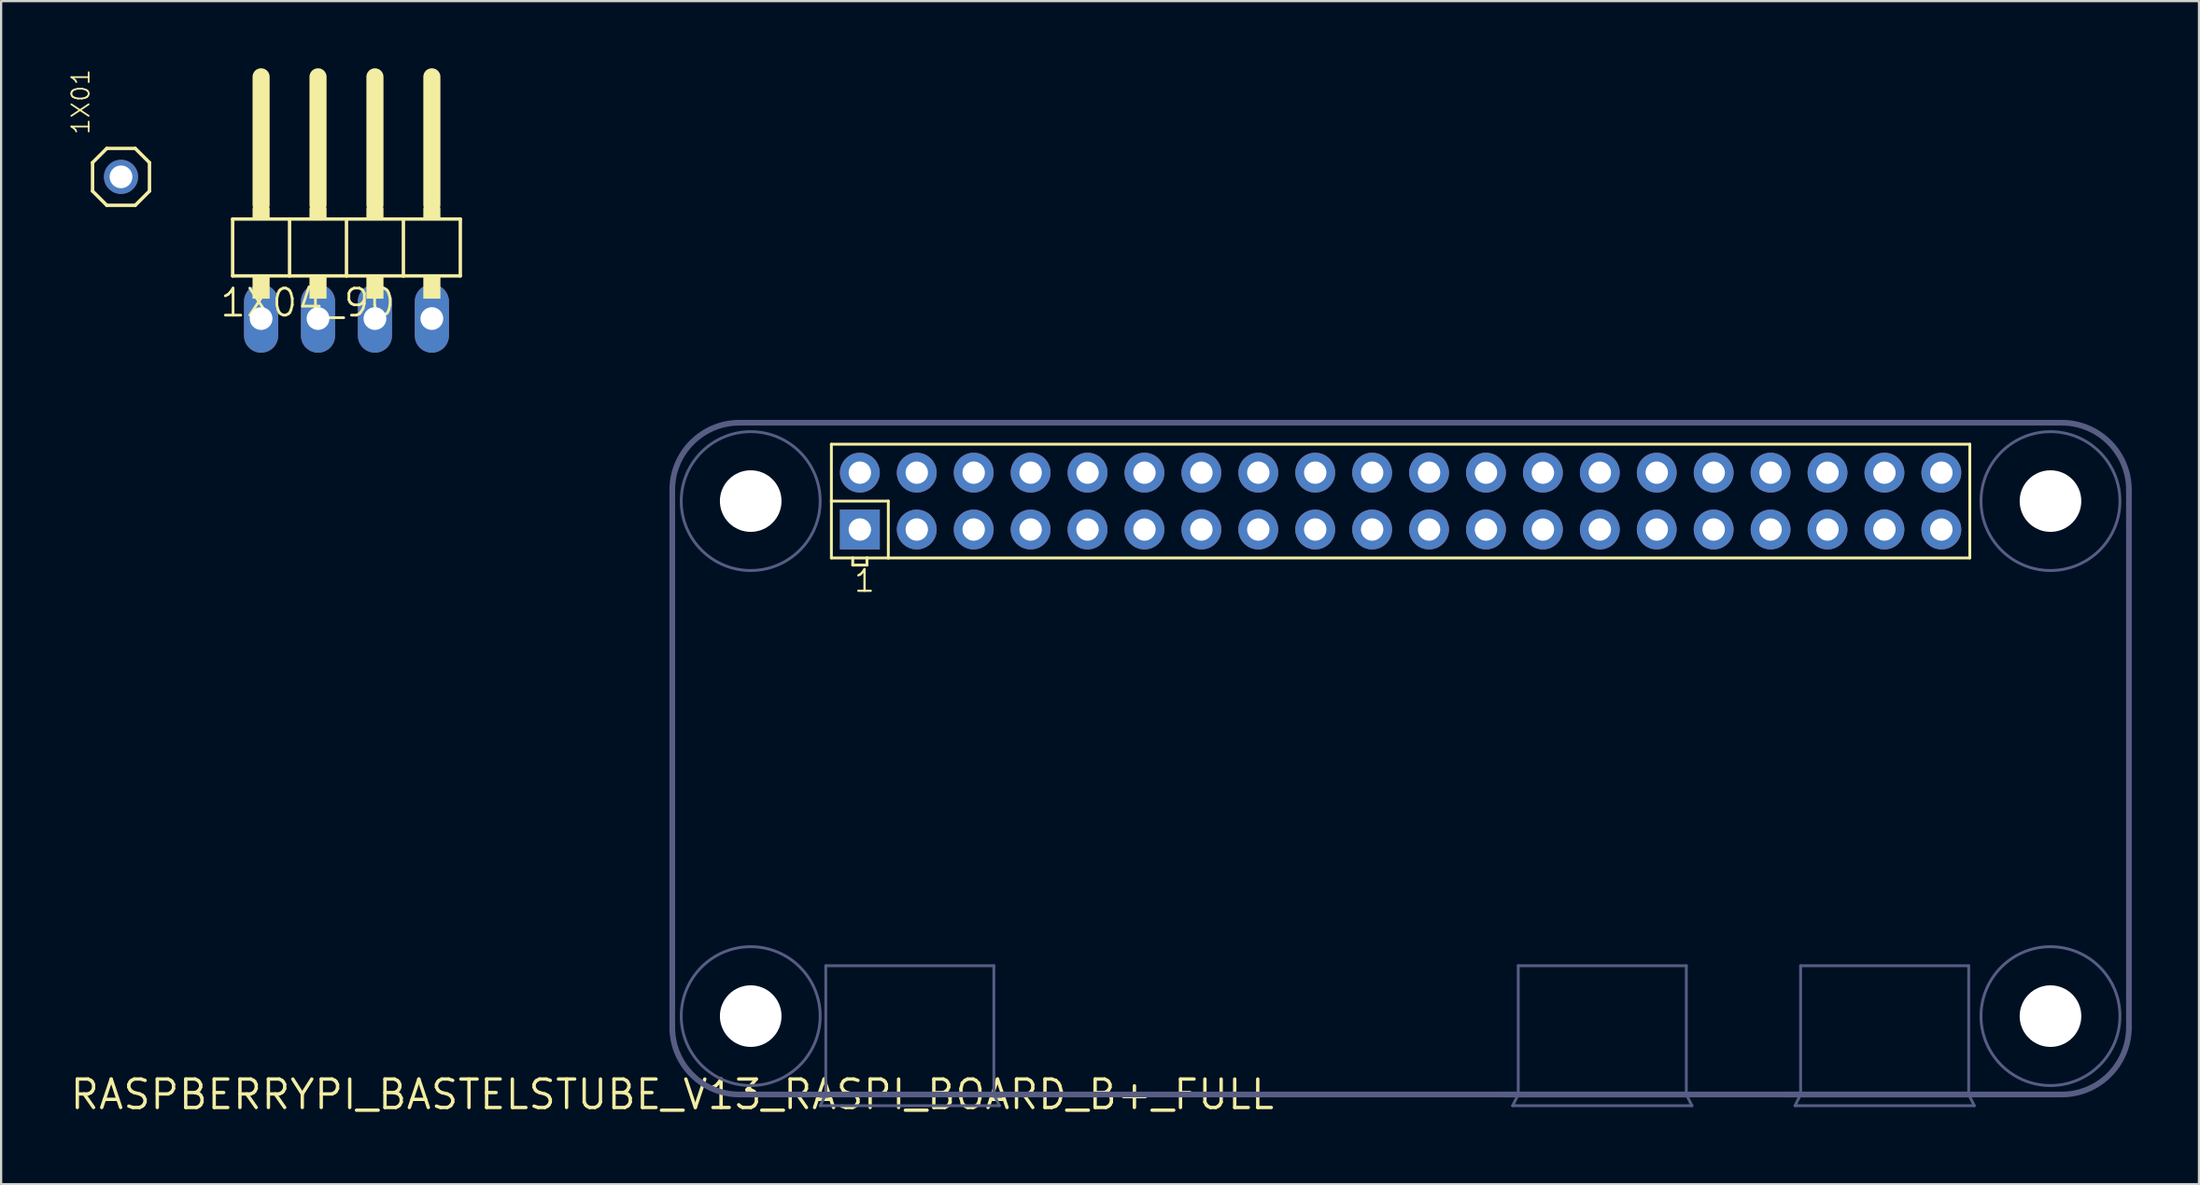
<source format=kicad_pcb>
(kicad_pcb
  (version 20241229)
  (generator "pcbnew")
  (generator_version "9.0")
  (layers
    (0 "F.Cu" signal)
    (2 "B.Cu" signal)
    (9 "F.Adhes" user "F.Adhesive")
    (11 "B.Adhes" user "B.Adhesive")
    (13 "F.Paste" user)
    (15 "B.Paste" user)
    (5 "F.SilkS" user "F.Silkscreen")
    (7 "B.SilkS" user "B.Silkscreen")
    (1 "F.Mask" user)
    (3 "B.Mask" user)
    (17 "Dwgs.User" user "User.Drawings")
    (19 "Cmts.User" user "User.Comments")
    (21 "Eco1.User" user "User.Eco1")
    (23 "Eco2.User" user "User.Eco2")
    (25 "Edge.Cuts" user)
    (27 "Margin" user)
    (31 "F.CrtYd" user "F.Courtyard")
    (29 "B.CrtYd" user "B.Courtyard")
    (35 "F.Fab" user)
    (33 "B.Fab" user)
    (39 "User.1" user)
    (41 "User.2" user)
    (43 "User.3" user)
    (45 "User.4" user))
  (footprint "1X01"
    (layer "F.Cu")
    (at 2.35 4.848)
    (property "Reference" "1X01" (at -1.346 -1.829 90) (layer "F.SilkS") (effects (font (size 0.772 0.772) (thickness 0.077)) (justify left bottom)))
    (attr through_hole)
    (fp_line (start -1.27 -0.635) (end -1.27 0.635) (stroke (width 0.152) (type solid)) (layer "F.SilkS"))
    (fp_line (start -1.27 0.635) (end -0.635 1.27) (stroke (width 0.152) (type solid)) (layer "F.SilkS"))
    (fp_line (start -0.635 -1.27) (end -1.27 -0.635) (stroke (width 0.152) (type solid)) (layer "F.SilkS"))
    (fp_line (start -0.635 -1.27) (end 0.635 -1.27) (stroke (width 0.152) (type solid)) (layer "F.SilkS"))
    (fp_line (start 0.635 -1.27) (end 1.27 -0.635) (stroke (width 0.152) (type solid)) (layer "F.SilkS"))
    (fp_line (start 0.635 1.27) (end -0.635 1.27) (stroke (width 0.152) (type solid)) (layer "F.SilkS"))
    (fp_line (start 1.27 -0.635) (end 1.27 0.635) (stroke (width 0.152) (type solid)) (layer "F.SilkS"))
    (fp_line (start 1.27 0.635) (end 0.635 1.27) (stroke (width 0.152) (type solid)) (layer "F.SilkS"))
    (fp_poly (pts (xy -0.254 0.254) (xy 0.254 0.254) (xy 0.254 -0.254) (xy -0.254 -0.254)) (stroke (width 0.1) (type solid)) (fill no) (layer "F.Fab"))
    (pad "1" thru_hole circle (at 0 0) (size 1.524 1.524) (drill 1.016) (layers "*.Cu" "*.Mask")))
  (footprint "1X04_90"
    (layer "F.Cu")
    (at 12.411 7.366)
    (property "Reference" "1X04_90" (at -5.715 3.81 180) (layer "F.SilkS") (effects (font (size 1.206 1.206) (thickness 0.121)) (justify left bottom)))
    (attr through_hole)
    (fp_line (start -5.08 -0.635) (end -5.08 1.905) (stroke (width 0.152) (type solid)) (layer "F.SilkS"))
    (fp_line (start -5.08 1.905) (end -2.54 1.905) (stroke (width 0.152) (type solid)) (layer "F.SilkS"))
    (fp_line (start -3.81 -6.985) (end -3.81 -1.27) (stroke (width 0.762) (type solid)) (layer "F.SilkS"))
    (fp_line (start -2.54 -0.635) (end -5.08 -0.635) (stroke (width 0.152) (type solid)) (layer "F.SilkS"))
    (fp_line (start -2.54 1.905) (end -2.54 -0.635) (stroke (width 0.152) (type solid)) (layer "F.SilkS"))
    (fp_line (start -2.54 1.905) (end 0 1.905) (stroke (width 0.152) (type solid)) (layer "F.SilkS"))
    (fp_line (start -1.27 -6.985) (end -1.27 -1.27) (stroke (width 0.762) (type solid)) (layer "F.SilkS"))
    (fp_line (start 0 -0.635) (end -2.54 -0.635) (stroke (width 0.152) (type solid)) (layer "F.SilkS"))
    (fp_line (start 0 1.905) (end 0 -0.635) (stroke (width 0.152) (type solid)) (layer "F.SilkS"))
    (fp_line (start 0 1.905) (end 2.54 1.905) (stroke (width 0.152) (type solid)) (layer "F.SilkS"))
    (fp_line (start 1.27 -6.985) (end 1.27 -1.27) (stroke (width 0.762) (type solid)) (layer "F.SilkS"))
    (fp_line (start 2.54 -0.635) (end 0 -0.635) (stroke (width 0.152) (type solid)) (layer "F.SilkS"))
    (fp_line (start 2.54 1.905) (end 2.54 -0.635) (stroke (width 0.152) (type solid)) (layer "F.SilkS"))
    (fp_line (start 2.54 1.905) (end 5.08 1.905) (stroke (width 0.152) (type solid)) (layer "F.SilkS"))
    (fp_line (start 3.81 -6.985) (end 3.81 -1.27) (stroke (width 0.762) (type solid)) (layer "F.SilkS"))
    (fp_line (start 5.08 -0.635) (end 2.54 -0.635) (stroke (width 0.152) (type solid)) (layer "F.SilkS"))
    (fp_line (start 5.08 1.905) (end 5.08 -0.635) (stroke (width 0.152) (type solid)) (layer "F.SilkS"))
    (fp_poly (pts (xy -4.191 -0.635) (xy -3.429 -0.635) (xy -3.429 -1.143) (xy -4.191 -1.143)) (stroke (width 0) (type solid)) (fill yes) (layer "F.SilkS"))
    (fp_poly (pts (xy -4.191 2.921) (xy -3.429 2.921) (xy -3.429 1.905) (xy -4.191 1.905)) (stroke (width 0) (type solid)) (fill yes) (layer "F.SilkS"))
    (fp_poly (pts (xy -1.651 -0.635) (xy -0.889 -0.635) (xy -0.889 -1.143) (xy -1.651 -1.143)) (stroke (width 0) (type solid)) (fill yes) (layer "F.SilkS"))
    (fp_poly (pts (xy -1.651 2.921) (xy -0.889 2.921) (xy -0.889 1.905) (xy -1.651 1.905)) (stroke (width 0) (type solid)) (fill yes) (layer "F.SilkS"))
    (fp_poly (pts (xy 0.889 -0.635) (xy 1.651 -0.635) (xy 1.651 -1.143) (xy 0.889 -1.143)) (stroke (width 0) (type solid)) (fill yes) (layer "F.SilkS"))
    (fp_poly (pts (xy 0.889 2.921) (xy 1.651 2.921) (xy 1.651 1.905) (xy 0.889 1.905)) (stroke (width 0) (type solid)) (fill yes) (layer "F.SilkS"))
    (fp_poly (pts (xy 3.429 -0.635) (xy 4.191 -0.635) (xy 4.191 -1.143) (xy 3.429 -1.143)) (stroke (width 0) (type solid)) (fill yes) (layer "F.SilkS"))
    (fp_poly (pts (xy 3.429 2.921) (xy 4.191 2.921) (xy 4.191 1.905) (xy 3.429 1.905)) (stroke (width 0) (type solid)) (fill yes) (layer "F.SilkS"))
    (pad "1" thru_hole oval (at -3.81 3.81 90) (size 3.048 1.524) (drill 1.016) (layers "*.Cu" "*.Mask"))
    (pad "2" thru_hole oval (at -1.27 3.81 90) (size 3.048 1.524) (drill 1.016) (layers "*.Cu" "*.Mask"))
    (pad "3" thru_hole oval (at 1.27 3.81 90) (size 3.048 1.524) (drill 1.016) (layers "*.Cu" "*.Mask"))
    (pad "4" thru_hole oval (at 3.81 3.81 90) (size 3.048 1.524) (drill 1.016) (layers "*.Cu" "*.Mask")))
  (footprint "RASPBERRYPI_BASTELSTUBE_V13_RASPI_BOARD_B+_FULL"
    (layer "F.Cu")
    (at 26.949 45.827)
    (property "Reference" "RASPBERRYPI_BASTELSTUBE_V13_RASPI_BOARD_B+_FULL" (at 0 0 0) (layer "F.SilkS") (effects (font (size 1.27 1.27) (thickness 0.15))))
    (attr through_hole)
    (fp_line (start 7.1 -29.04) (end 7.1 -26.5) (stroke (width 0.127) (type solid)) (layer "F.SilkS"))
    (fp_line (start 7.1 -26.5) (end 7.1 -23.96) (stroke (width 0.127) (type solid)) (layer "F.SilkS"))
    (fp_line (start 7.1 -26.5) (end 9.64 -26.5) (stroke (width 0.127) (type solid)) (layer "F.SilkS"))
    (fp_line (start 7.1 -23.96) (end 8.053 -23.96) (stroke (width 0.127) (type solid)) (layer "F.SilkS"))
    (fp_line (start 8.053 -23.96) (end 8.053 -23.642) (stroke (width 0.127) (type solid)) (layer "F.SilkS"))
    (fp_line (start 8.053 -23.96) (end 8.688 -23.96) (stroke (width 0.127) (type solid)) (layer "F.SilkS"))
    (fp_line (start 8.053 -23.642) (end 8.688 -23.642) (stroke (width 0.127) (type solid)) (layer "F.SilkS"))
    (fp_line (start 8.688 -23.96) (end 9.64 -23.96) (stroke (width 0.127) (type solid)) (layer "F.SilkS"))
    (fp_line (start 8.688 -23.642) (end 8.688 -23.96) (stroke (width 0.127) (type solid)) (layer "F.SilkS"))
    (fp_line (start 9.64 -26.5) (end 9.64 -23.96) (stroke (width 0.127) (type solid)) (layer "F.SilkS"))
    (fp_line (start 9.64 -23.96) (end 57.9 -23.96) (stroke (width 0.127) (type solid)) (layer "F.SilkS"))
    (fp_line (start 57.9 -29.04) (end 7.1 -29.04) (stroke (width 0.127) (type solid)) (layer "F.SilkS"))
    (fp_line (start 57.9 -23.96) (end 57.9 -29.04) (stroke (width 0.127) (type solid)) (layer "F.SilkS"))
    (fp_line (start 0 -27) (end 0 -3) (stroke (width 0.254) (type solid)) (layer "B.Fab"))
    (fp_line (start 3 0) (end 6.85 0) (stroke (width 0.254) (type solid)) (layer "B.Fab"))
    (fp_line (start 6.6 0.5) (end 14.6 0.5) (stroke (width 0.127) (type solid)) (layer "B.Fab"))
    (fp_line (start 6.85 -5.75) (end 14.35 -5.75) (stroke (width 0.127) (type solid)) (layer "B.Fab"))
    (fp_line (start 6.85 0) (end 6.6 0.5) (stroke (width 0.127) (type solid)) (layer "B.Fab"))
    (fp_line (start 6.85 0) (end 6.85 -5.75) (stroke (width 0.127) (type solid)) (layer "B.Fab"))
    (fp_line (start 6.85 0) (end 14.35 0) (stroke (width 0.254) (type solid)) (layer "B.Fab"))
    (fp_line (start 14.35 -5.75) (end 14.35 0) (stroke (width 0.127) (type solid)) (layer "B.Fab"))
    (fp_line (start 14.35 0) (end 62 0) (stroke (width 0.254) (type solid)) (layer "B.Fab"))
    (fp_line (start 14.6 0.5) (end 14.35 0) (stroke (width 0.127) (type solid)) (layer "B.Fab"))
    (fp_line (start 36.9 0) (end 37.75 0) (stroke (width 0.254) (type solid)) (layer "B.Fab"))
    (fp_line (start 37.5 0.5) (end 45.5 0.5) (stroke (width 0.127) (type solid)) (layer "B.Fab"))
    (fp_line (start 37.75 -5.75) (end 45.25 -5.75) (stroke (width 0.127) (type solid)) (layer "B.Fab"))
    (fp_line (start 37.75 0) (end 37.5 0.5) (stroke (width 0.127) (type solid)) (layer "B.Fab"))
    (fp_line (start 37.75 0) (end 37.75 -5.75) (stroke (width 0.127) (type solid)) (layer "B.Fab"))
    (fp_line (start 37.75 0) (end 45.25 0) (stroke (width 0.254) (type solid)) (layer "B.Fab"))
    (fp_line (start 45.25 -5.75) (end 45.25 0) (stroke (width 0.127) (type solid)) (layer "B.Fab"))
    (fp_line (start 45.5 0.5) (end 45.25 0) (stroke (width 0.127) (type solid)) (layer "B.Fab"))
    (fp_line (start 49.5 0) (end 50.35 0) (stroke (width 0.254) (type solid)) (layer "B.Fab"))
    (fp_line (start 50.1 0.5) (end 58.1 0.5) (stroke (width 0.127) (type solid)) (layer "B.Fab"))
    (fp_line (start 50.35 -5.75) (end 57.85 -5.75) (stroke (width 0.127) (type solid)) (layer "B.Fab"))
    (fp_line (start 50.35 0) (end 50.1 0.5) (stroke (width 0.127) (type solid)) (layer "B.Fab"))
    (fp_line (start 50.35 0) (end 50.35 -5.75) (stroke (width 0.127) (type solid)) (layer "B.Fab"))
    (fp_line (start 50.35 0) (end 57.85 0) (stroke (width 0.254) (type solid)) (layer "B.Fab"))
    (fp_line (start 57.85 -5.75) (end 57.85 0) (stroke (width 0.127) (type solid)) (layer "B.Fab"))
    (fp_line (start 58.1 0.5) (end 57.85 0) (stroke (width 0.127) (type solid)) (layer "B.Fab"))
    (fp_line (start 62 -30) (end 3 -30) (stroke (width 0.254) (type solid)) (layer "B.Fab"))
    (fp_line (start 65 -3) (end 65 -27) (stroke (width 0.254) (type solid)) (layer "B.Fab"))
    (fp_arc (start 0 -27) (mid 0.87868 -29.12132) (end 3 -30) (stroke (width 0.254) (type solid)) (layer "B.Fab"))
    (fp_arc (start 3 0) (mid 0.87868 -0.87868) (end 0 -3) (stroke (width 0.254) (type solid)) (layer "B.Fab"))
    (fp_arc (start 62 -30) (mid 64.12132 -29.12132) (end 65 -27) (stroke (width 0.254) (type solid)) (layer "B.Fab"))
    (fp_arc (start 65 -3) (mid 64.12132 -0.87868) (end 62 0) (stroke (width 0.254) (type solid)) (layer "B.Fab"))
    (fp_circle (center 3.5 -26.5) (end 6.6 -26.5) (stroke (width 0.127) (type solid)) (fill no) (layer "B.Fab"))
    (fp_circle (center 3.5 -3.5) (end 6.6 -3.5) (stroke (width 0.127) (type solid)) (fill no) (layer "B.Fab"))
    (fp_circle (center 61.5 -26.5) (end 64.6 -26.5) (stroke (width 0.127) (type solid)) (fill no) (layer "B.Fab"))
    (fp_circle (center 61.5 -3.5) (end 64.6 -3.5) (stroke (width 0.127) (type solid)) (fill no) (layer "B.Fab"))
    (fp_text user "1" (at 8.053 -22.372 0) (layer "F.SilkS") (effects (font (size 0.965 0.965) (thickness 0.102)) (justify left bottom)))
    (pad "" np_thru_hole circle (at 3.5 -26.5) (size 2.75 2.75) (drill 2.75) (layers "*.Cu" "*.Mask"))
    (pad "" np_thru_hole circle (at 3.5 -3.5) (size 2.75 2.75) (drill 2.75) (layers "*.Cu" "*.Mask"))
    (pad "" np_thru_hole circle (at 61.5 -26.5) (size 2.75 2.75) (drill 2.75) (layers "*.Cu" "*.Mask"))
    (pad "" np_thru_hole circle (at 61.5 -3.5) (size 2.75 2.75) (drill 2.75) (layers "*.Cu" "*.Mask"))
    (pad "1" thru_hole rect (at 8.37 -25.23) (size 1.778 1.778) (drill 1) (layers "*.Cu" "*.Mask"))
    (pad "2" thru_hole circle (at 8.37 -27.77) (size 1.778 1.778) (drill 1) (layers "*.Cu" "*.Mask"))
    (pad "3" thru_hole circle (at 10.91 -25.23) (size 1.778 1.778) (drill 1) (layers "*.Cu" "*.Mask"))
    (pad "4" thru_hole circle (at 10.91 -27.77) (size 1.778 1.778) (drill 1) (layers "*.Cu" "*.Mask"))
    (pad "5" thru_hole circle (at 13.45 -25.23) (size 1.778 1.778) (drill 1) (layers "*.Cu" "*.Mask"))
    (pad "6" thru_hole circle (at 13.45 -27.77) (size 1.778 1.778) (drill 1) (layers "*.Cu" "*.Mask"))
    (pad "7" thru_hole circle (at 15.99 -25.23) (size 1.778 1.778) (drill 1) (layers "*.Cu" "*.Mask"))
    (pad "8" thru_hole circle (at 15.99 -27.77) (size 1.778 1.778) (drill 1) (layers "*.Cu" "*.Mask"))
    (pad "9" thru_hole circle (at 18.53 -25.23) (size 1.778 1.778) (drill 1) (layers "*.Cu" "*.Mask"))
    (pad "10" thru_hole circle (at 18.53 -27.77) (size 1.778 1.778) (drill 1) (layers "*.Cu" "*.Mask"))
    (pad "11" thru_hole circle (at 21.07 -25.23) (size 1.778 1.778) (drill 1) (layers "*.Cu" "*.Mask"))
    (pad "12" thru_hole circle (at 21.07 -27.77) (size 1.778 1.778) (drill 1) (layers "*.Cu" "*.Mask"))
    (pad "13" thru_hole circle (at 23.61 -25.23) (size 1.778 1.778) (drill 1) (layers "*.Cu" "*.Mask"))
    (pad "14" thru_hole circle (at 23.61 -27.77) (size 1.778 1.778) (drill 1) (layers "*.Cu" "*.Mask"))
    (pad "15" thru_hole circle (at 26.15 -25.23) (size 1.778 1.778) (drill 1) (layers "*.Cu" "*.Mask"))
    (pad "16" thru_hole circle (at 26.15 -27.77) (size 1.778 1.778) (drill 1) (layers "*.Cu" "*.Mask"))
    (pad "17" thru_hole circle (at 28.69 -25.23) (size 1.778 1.778) (drill 1) (layers "*.Cu" "*.Mask"))
    (pad "18" thru_hole circle (at 28.69 -27.77) (size 1.778 1.778) (drill 1) (layers "*.Cu" "*.Mask"))
    (pad "19" thru_hole circle (at 31.23 -25.23) (size 1.778 1.778) (drill 1) (layers "*.Cu" "*.Mask"))
    (pad "20" thru_hole circle (at 31.23 -27.77) (size 1.778 1.778) (drill 1) (layers "*.Cu" "*.Mask"))
    (pad "21" thru_hole circle (at 33.77 -25.23) (size 1.778 1.778) (drill 1) (layers "*.Cu" "*.Mask"))
    (pad "22" thru_hole circle (at 33.77 -27.77) (size 1.778 1.778) (drill 1) (layers "*.Cu" "*.Mask"))
    (pad "23" thru_hole circle (at 36.31 -25.23) (size 1.778 1.778) (drill 1) (layers "*.Cu" "*.Mask"))
    (pad "24" thru_hole circle (at 36.31 -27.77) (size 1.778 1.778) (drill 1) (layers "*.Cu" "*.Mask"))
    (pad "25" thru_hole circle (at 38.85 -25.23) (size 1.778 1.778) (drill 1) (layers "*.Cu" "*.Mask"))
    (pad "26" thru_hole circle (at 38.85 -27.77) (size 1.778 1.778) (drill 1) (layers "*.Cu" "*.Mask"))
    (pad "27" thru_hole circle (at 41.39 -25.23) (size 1.778 1.778) (drill 1) (layers "*.Cu" "*.Mask"))
    (pad "28" thru_hole circle (at 41.39 -27.77) (size 1.778 1.778) (drill 1) (layers "*.Cu" "*.Mask"))
    (pad "29" thru_hole circle (at 43.93 -25.23) (size 1.778 1.778) (drill 1) (layers "*.Cu" "*.Mask"))
    (pad "30" thru_hole circle (at 43.93 -27.77) (size 1.778 1.778) (drill 1) (layers "*.Cu" "*.Mask"))
    (pad "31" thru_hole circle (at 46.47 -25.23) (size 1.778 1.778) (drill 1) (layers "*.Cu" "*.Mask"))
    (pad "32" thru_hole circle (at 46.47 -27.77) (size 1.778 1.778) (drill 1) (layers "*.Cu" "*.Mask"))
    (pad "33" thru_hole circle (at 49.01 -25.23) (size 1.778 1.778) (drill 1) (layers "*.Cu" "*.Mask"))
    (pad "34" thru_hole circle (at 49.01 -27.77) (size 1.778 1.778) (drill 1) (layers "*.Cu" "*.Mask"))
    (pad "35" thru_hole circle (at 51.55 -25.23) (size 1.778 1.778) (drill 1) (layers "*.Cu" "*.Mask"))
    (pad "36" thru_hole circle (at 51.55 -27.77) (size 1.778 1.778) (drill 1) (layers "*.Cu" "*.Mask"))
    (pad "37" thru_hole circle (at 54.09 -25.23) (size 1.778 1.778) (drill 1) (layers "*.Cu" "*.Mask"))
    (pad "38" thru_hole circle (at 54.09 -27.77) (size 1.778 1.778) (drill 1) (layers "*.Cu" "*.Mask"))
    (pad "39" thru_hole circle (at 56.63 -25.23) (size 1.778 1.778) (drill 1) (layers "*.Cu" "*.Mask"))
    (pad "40" thru_hole circle (at 56.63 -27.77) (size 1.778 1.778) (drill 1) (layers "*.Cu" "*.Mask")))
  (gr_rect
    (start -3 -3)
    (end 95.076 49.833)
    (stroke (width 0.1) (type default))
    (fill no)
    (layer "Edge.Cuts")))
</source>
